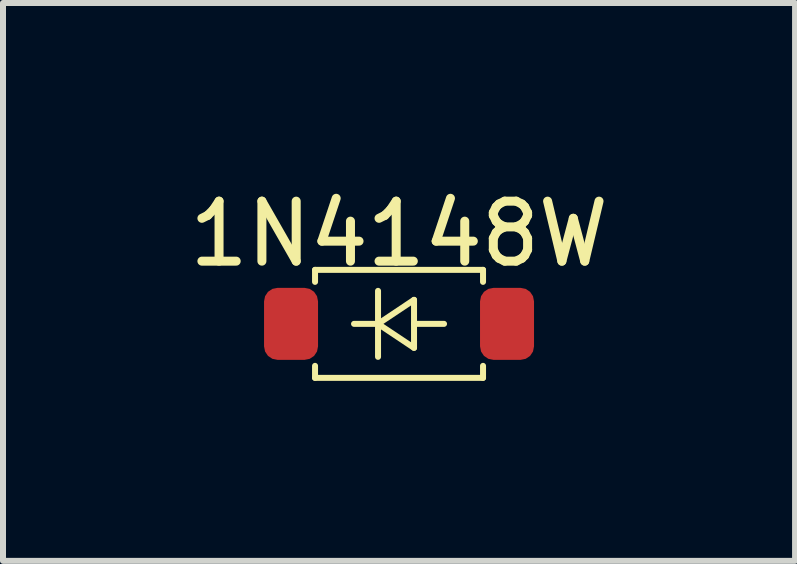
<source format=kicad_pcb>
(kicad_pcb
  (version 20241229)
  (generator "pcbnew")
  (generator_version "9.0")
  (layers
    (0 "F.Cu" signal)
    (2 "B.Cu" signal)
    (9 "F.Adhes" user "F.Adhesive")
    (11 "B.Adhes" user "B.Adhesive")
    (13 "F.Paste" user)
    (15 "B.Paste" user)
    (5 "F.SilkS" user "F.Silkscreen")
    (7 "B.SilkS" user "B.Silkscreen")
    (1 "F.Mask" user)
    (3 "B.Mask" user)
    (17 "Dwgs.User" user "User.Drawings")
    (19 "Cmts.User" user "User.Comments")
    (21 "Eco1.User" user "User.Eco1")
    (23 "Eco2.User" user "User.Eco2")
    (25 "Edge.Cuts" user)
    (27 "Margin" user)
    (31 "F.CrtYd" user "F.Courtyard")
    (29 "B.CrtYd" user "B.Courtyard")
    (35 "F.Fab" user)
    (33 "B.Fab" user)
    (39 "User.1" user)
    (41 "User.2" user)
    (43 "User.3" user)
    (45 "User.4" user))
  (footprint "1N4148W"
    (layer "F.Cu")
    (at 3.601 2.348)
    (property "Reference" "1N4148W" (at 0 -1.5 0) (layer "F.SilkS") (effects (font (size 1 1) (thickness 0.15))))
    (attr smd)
    (fp_line (start -1.4 -0.9) (end -1.4 -0.7) (stroke (width 0.1) (type solid)) (layer "F.SilkS"))
    (fp_line (start -1.4 -0.9) (end 1.4 -0.9) (stroke (width 0.1) (type solid)) (layer "F.SilkS"))
    (fp_line (start -1.4 0.9) (end -1.4 0.7) (stroke (width 0.1) (type solid)) (layer "F.SilkS"))
    (fp_line (start -0.75 0) (end -0.35 0) (stroke (width 0.1) (type solid)) (layer "F.SilkS"))
    (fp_line (start -0.35 0) (end -0.35 -0.55) (stroke (width 0.1) (type solid)) (layer "F.SilkS"))
    (fp_line (start -0.35 0) (end -0.35 0.55) (stroke (width 0.1) (type solid)) (layer "F.SilkS"))
    (fp_line (start -0.35 0) (end 0.25 -0.4) (stroke (width 0.1) (type solid)) (layer "F.SilkS"))
    (fp_line (start 0.25 -0.4) (end 0.25 0.4) (stroke (width 0.1) (type solid)) (layer "F.SilkS"))
    (fp_line (start 0.25 0) (end 0.75 0) (stroke (width 0.1) (type solid)) (layer "F.SilkS"))
    (fp_line (start 0.25 0.4) (end -0.35 0) (stroke (width 0.1) (type solid)) (layer "F.SilkS"))
    (fp_line (start 1.4 -0.9) (end 1.4 -0.7) (stroke (width 0.1) (type solid)) (layer "F.SilkS"))
    (fp_line (start 1.4 0.9) (end -1.4 0.9) (stroke (width 0.1) (type solid)) (layer "F.SilkS"))
    (fp_line (start 1.4 0.9) (end 1.4 0.7) (stroke (width 0.1) (type solid)) (layer "F.SilkS"))
    (pad "1" smd roundrect (at -1.8 0) (size 0.9 1.2) (layers "F.Cu" "F.Mask" "F.Paste") (roundrect_rratio 0.25))
    (pad "2" smd roundrect (at 1.8 0) (size 0.9 1.2) (layers "F.Cu" "F.Mask" "F.Paste") (roundrect_rratio 0.25)))
  (gr_rect
    (start -3 -3)
    (end 10.202 6.298)
    (stroke (width 0.1) (type default))
    (fill no)
    (layer "Edge.Cuts")))
</source>
